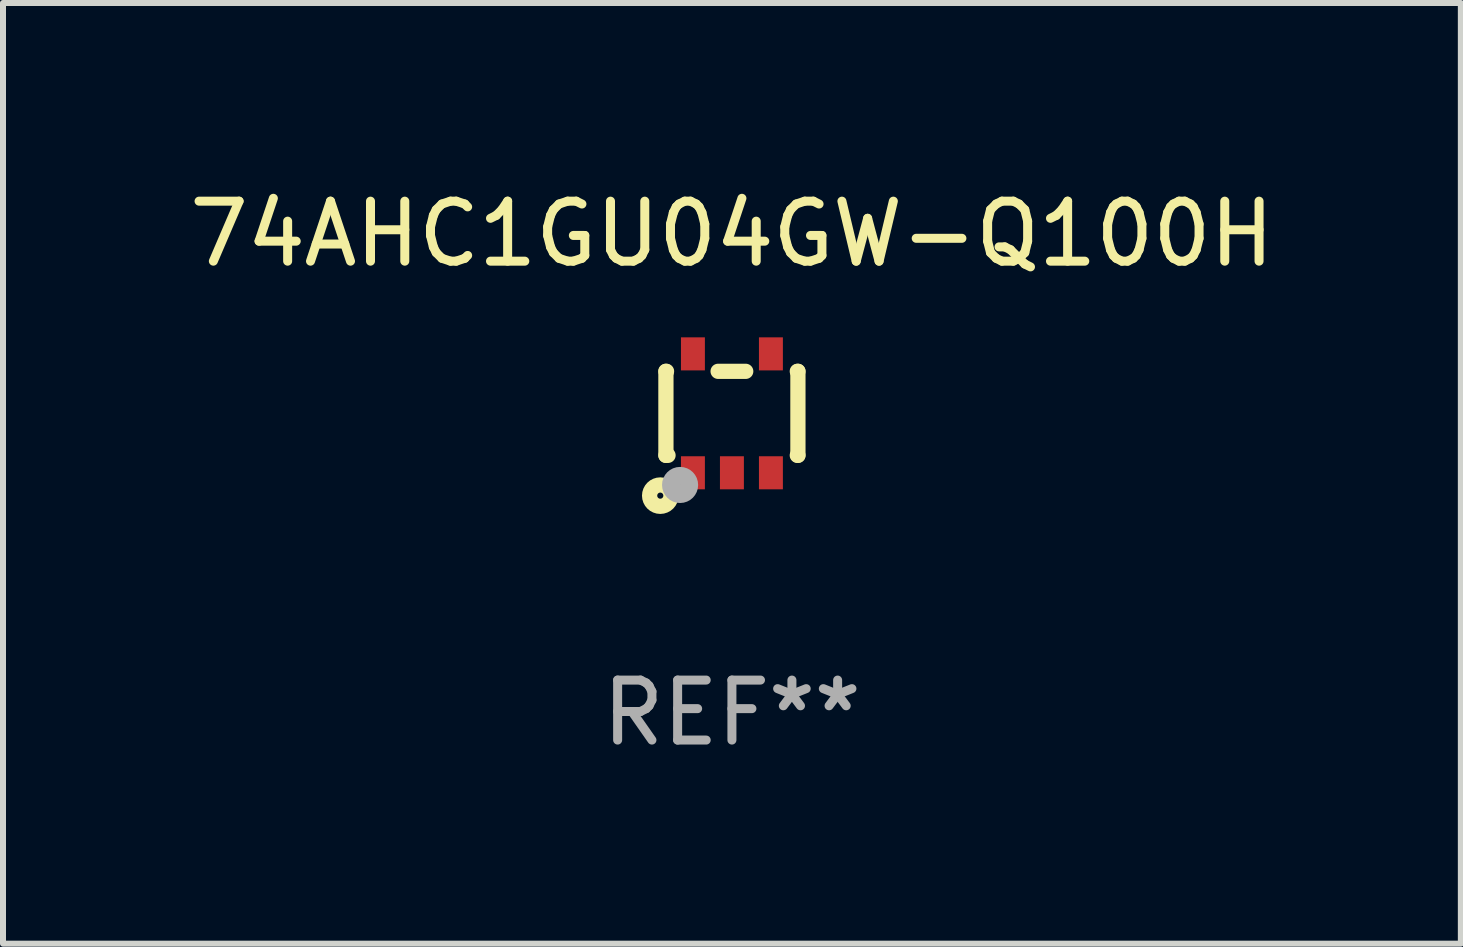
<source format=kicad_pcb>
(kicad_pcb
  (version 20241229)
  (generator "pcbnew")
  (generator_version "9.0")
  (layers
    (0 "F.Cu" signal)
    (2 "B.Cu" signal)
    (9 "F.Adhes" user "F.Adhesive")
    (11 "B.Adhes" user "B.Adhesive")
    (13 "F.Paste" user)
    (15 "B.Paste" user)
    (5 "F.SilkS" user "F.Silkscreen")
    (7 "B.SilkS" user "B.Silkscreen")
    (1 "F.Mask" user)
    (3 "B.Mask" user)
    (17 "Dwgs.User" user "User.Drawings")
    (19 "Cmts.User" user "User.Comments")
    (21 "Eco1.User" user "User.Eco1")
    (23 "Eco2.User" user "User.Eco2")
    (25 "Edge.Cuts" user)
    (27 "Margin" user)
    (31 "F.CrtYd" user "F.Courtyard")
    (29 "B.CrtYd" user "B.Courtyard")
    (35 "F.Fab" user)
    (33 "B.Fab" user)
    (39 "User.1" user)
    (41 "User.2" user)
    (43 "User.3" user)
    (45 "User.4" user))
  (footprint "74AHC1GU04GW-Q100H"
    (layer "F.Cu")
    (at 9.149 3.839)
    (property "Reference" "74AHC1GU04GW-Q100H" (at 0 -2.991 0) (layer "F.SilkS") (effects (font (size 1 1) (thickness 0.15))))
    (attr through_hole)
    (fp_line (start -1.1 -0.7) (end -1.1 0.7) (stroke (width 0.254) (type solid)) (layer "F.SilkS"))
    (fp_line (start -1.1 -0.7) (end -1.09 -0.7) (stroke (width 0.254) (type solid)) (layer "F.SilkS"))
    (fp_line (start -1.1 0.7) (end -1.065 0.7) (stroke (width 0.254) (type solid)) (layer "F.SilkS"))
    (fp_line (start -0.23 -0.7) (end 0.23 -0.7) (stroke (width 0.254) (type solid)) (layer "F.SilkS"))
    (fp_line (start 1.09 -0.7) (end 1.1 -0.7) (stroke (width 0.254) (type solid)) (layer "F.SilkS"))
    (fp_line (start 1.09 0.7) (end 1.1 0.7) (stroke (width 0.254) (type solid)) (layer "F.SilkS"))
    (fp_line (start 1.1 -0.7) (end 1.1 0.7) (stroke (width 0.254) (type solid)) (layer "F.SilkS"))
    (fp_circle (center -1.194 1.372) (end -1.143 1.372) (stroke (width 0.254) (type solid)) (fill no) (layer "F.SilkS"))
    (fp_circle (center -1.05 1.063) (end -1.02 1.063) (stroke (width 0.06) (type solid)) (fill no) (layer "F.SilkS"))
    (fp_circle (center -0.864 1.194) (end -0.713 1.194) (stroke (width 0.3) (type solid)) (fill no) (layer "F.Fab"))
    (fp_text user "REF**" (at 0 4.991 0) (layer "F.Fab") (effects (font (size 1 1) (thickness 0.15))))
    (pad "1" smd rect (at -0.65 0.991 180) (size 0.399 0.551) (layers "F.Cu" "F.Mask" "F.Paste"))
    (pad "2" smd rect (at 0 0.991 180) (size 0.399 0.551) (layers "F.Cu" "F.Mask" "F.Paste"))
    (pad "3" smd rect (at 0.65 0.991 180) (size 0.399 0.551) (layers "F.Cu" "F.Mask" "F.Paste"))
    (pad "4" smd rect (at 0.65 -0.991 180) (size 0.399 0.551) (layers "F.Cu" "F.Mask" "F.Paste"))
    (pad "5" smd rect (at -0.65 -0.991 180) (size 0.399 0.551) (layers "F.Cu" "F.Mask" "F.Paste")))
  (gr_rect
    (start -3 -3)
    (end 21.298 12.678)
    (stroke (width 0.1) (type default))
    (fill no)
    (layer "Edge.Cuts")))
</source>
